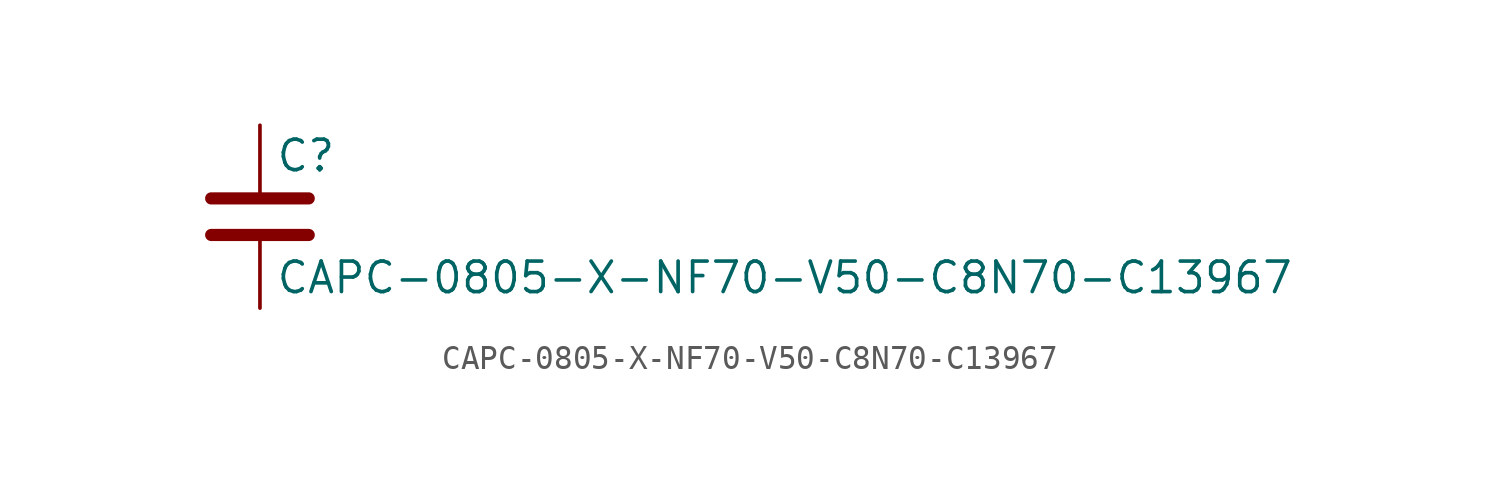
<source format=kicad_sym>
(kicad_symbol_lib
  (version 20211014)
  (generator kicad_symbol_editor)
  (symbol "CAPC-0805-X-NF70-V50-C8N70-C13967"
    (pin_numbers hide)
    (pin_names
      (offset 0.254))
    (property "Reference" "C"
      (at 0.635 2.54 0)
      (effects (font (size 1.27 1.27)) (justify left)))
    (property "Value" "CAPC-0805-X-NF70-V50-C8N70-C13967"
      (at 0.635 -2.54 0)
      (effects (font (size 1.27 1.27)) (justify left)))
    (symbol "CAPC-0805-X-NF70-V50-C8N70-C13967_0_1"
      (polyline (pts (xy -2.032 -0.762) (xy 2.032 -0.762)) (stroke (width 0.508) (type default) (color 0 0 0 0)) (fill (type none)))
      (polyline (pts (xy -2.032 0.762) (xy 2.032 0.762)) (stroke (width 0.508) (type default) (color 0 0 0 0)) (fill (type none))))
    (symbol "CAPC-0805-X-NF70-V50-C8N70-C13967_1_1"
      (pin passive line (at 0 3.81 270) (length 2.794) (name "~" (effects (font (size 1.27 1.27)))) (number "1" (effects (font (size 1.27 1.27)))))
      (pin passive line (at 0 -3.81 90) (length 2.794) (name "~" (effects (font (size 1.27 1.27)))) (number "2" (effects (font (size 1.27 1.27))))))))
</source>
